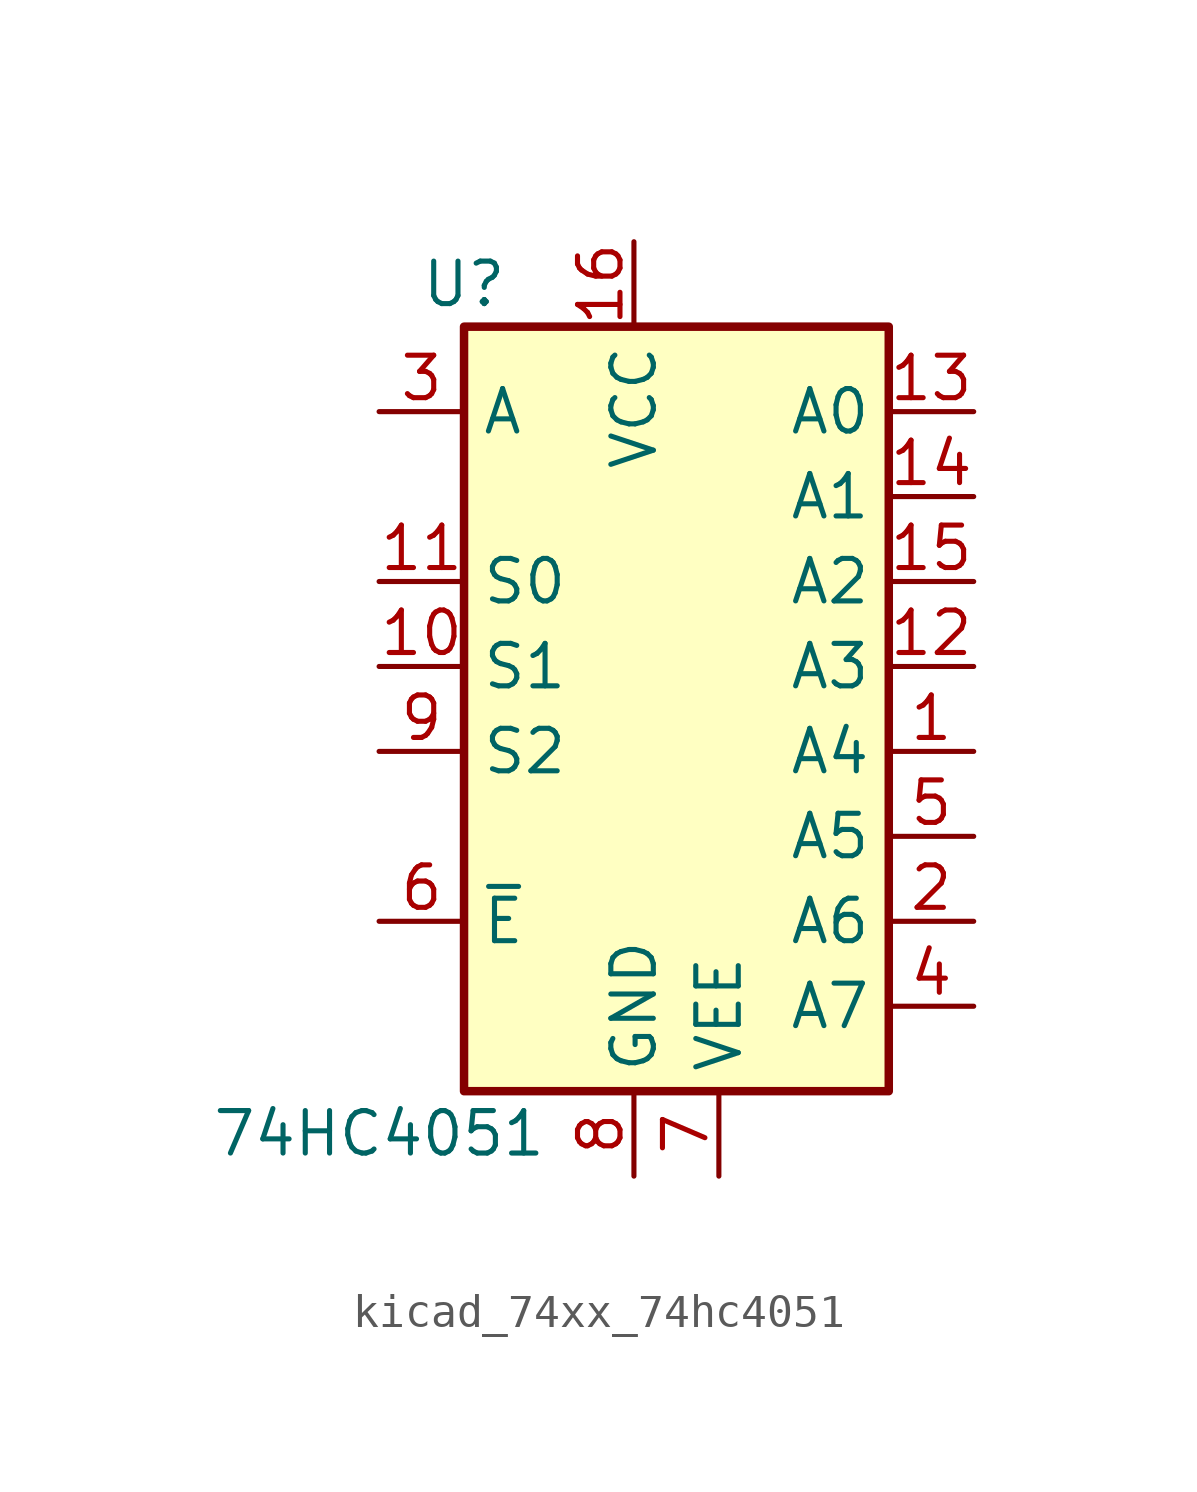
<source format=kicad_sym>
(kicad_symbol_lib
  (version 20220914)
  (generator kicad_symbol_editor)
  (symbol "kicad_74xx_74hc4051"
    (property "Reference" "U"
      (at -5.08 11.43 0)
      (effects (font (size 1.27 1.27))))
    (property "Value" "74HC4051"
      (at -7.62 -13.97 0)
      (effects (font (size 1.27 1.27))))
    (symbol "kicad_74xx_74hc4051_0_1"
      (rectangle (start -5.08 10.16) (end 7.62 -12.7) (stroke (width 0.254) (type default)) (fill (type background))))
    (symbol "kicad_74xx_74hc4051_1_1"
      (pin passive line (at 10.16 -2.54 180) (length 2.54) (name "A4" (effects (font (size 1.27 1.27)))) (number "1" (effects (font (size 1.27 1.27)))))
      (pin input line (at -7.62 0 0) (length 2.54) (name "S1" (effects (font (size 1.27 1.27)))) (number "10" (effects (font (size 1.27 1.27)))))
      (pin input line (at -7.62 2.54 0) (length 2.54) (name "S0" (effects (font (size 1.27 1.27)))) (number "11" (effects (font (size 1.27 1.27)))))
      (pin passive line (at 10.16 0 180) (length 2.54) (name "A3" (effects (font (size 1.27 1.27)))) (number "12" (effects (font (size 1.27 1.27)))))
      (pin passive line (at 10.16 7.62 180) (length 2.54) (name "A0" (effects (font (size 1.27 1.27)))) (number "13" (effects (font (size 1.27 1.27)))))
      (pin passive line (at 10.16 5.08 180) (length 2.54) (name "A1" (effects (font (size 1.27 1.27)))) (number "14" (effects (font (size 1.27 1.27)))))
      (pin passive line (at 10.16 2.54 180) (length 2.54) (name "A2" (effects (font (size 1.27 1.27)))) (number "15" (effects (font (size 1.27 1.27)))))
      (pin power_in line (at 0 12.7 270) (length 2.54) (name "VCC" (effects (font (size 1.27 1.27)))) (number "16" (effects (font (size 1.27 1.27)))))
      (pin passive line (at 10.16 -7.62 180) (length 2.54) (name "A6" (effects (font (size 1.27 1.27)))) (number "2" (effects (font (size 1.27 1.27)))))
      (pin passive line (at -7.62 7.62 0) (length 2.54) (name "A" (effects (font (size 1.27 1.27)))) (number "3" (effects (font (size 1.27 1.27)))))
      (pin passive line (at 10.16 -10.16 180) (length 2.54) (name "A7" (effects (font (size 1.27 1.27)))) (number "4" (effects (font (size 1.27 1.27)))))
      (pin passive line (at 10.16 -5.08 180) (length 2.54) (name "A5" (effects (font (size 1.27 1.27)))) (number "5" (effects (font (size 1.27 1.27)))))
      (pin input line (at -7.62 -7.62 0) (length 2.54) (name "~{E}" (effects (font (size 1.27 1.27)))) (number "6" (effects (font (size 1.27 1.27)))))
      (pin power_in line (at 2.54 -15.24 90) (length 2.54) (name "VEE" (effects (font (size 1.27 1.27)))) (number "7" (effects (font (size 1.27 1.27)))))
      (pin power_in line (at 0 -15.24 90) (length 2.54) (name "GND" (effects (font (size 1.27 1.27)))) (number "8" (effects (font (size 1.27 1.27)))))
      (pin input line (at -7.62 -2.54 0) (length 2.54) (name "S2" (effects (font (size 1.27 1.27)))) (number "9" (effects (font (size 1.27 1.27))))))))
</source>
